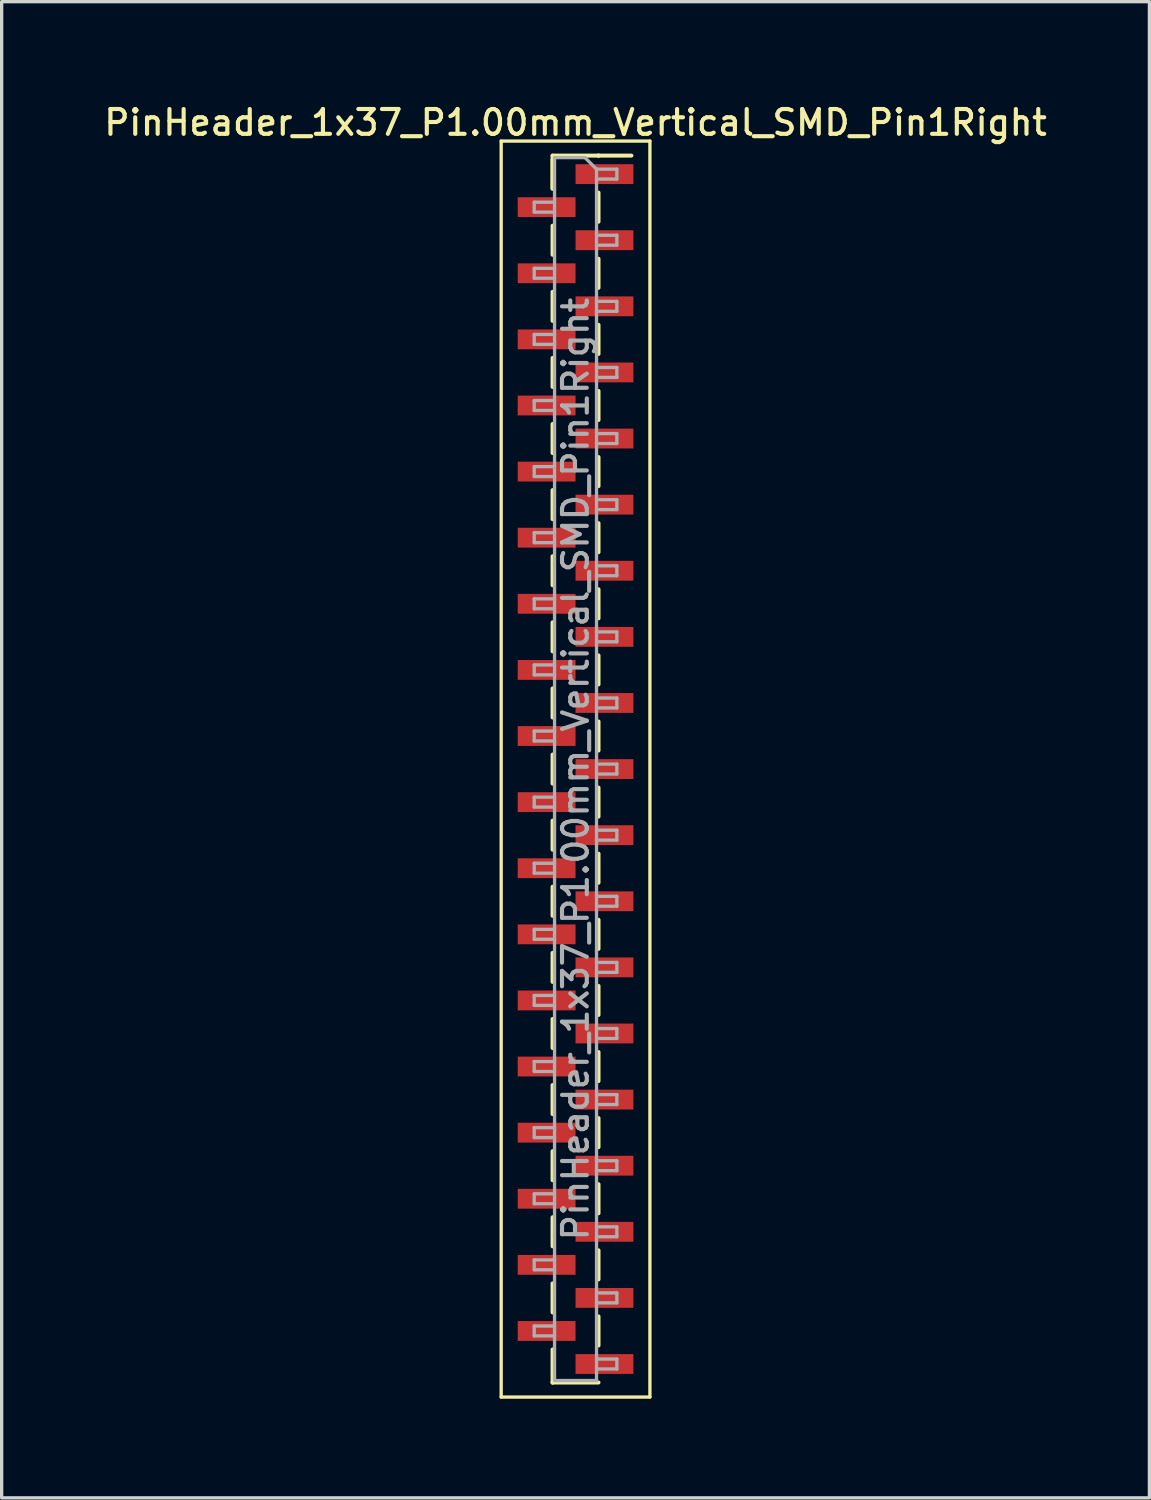
<source format=kicad_pcb>
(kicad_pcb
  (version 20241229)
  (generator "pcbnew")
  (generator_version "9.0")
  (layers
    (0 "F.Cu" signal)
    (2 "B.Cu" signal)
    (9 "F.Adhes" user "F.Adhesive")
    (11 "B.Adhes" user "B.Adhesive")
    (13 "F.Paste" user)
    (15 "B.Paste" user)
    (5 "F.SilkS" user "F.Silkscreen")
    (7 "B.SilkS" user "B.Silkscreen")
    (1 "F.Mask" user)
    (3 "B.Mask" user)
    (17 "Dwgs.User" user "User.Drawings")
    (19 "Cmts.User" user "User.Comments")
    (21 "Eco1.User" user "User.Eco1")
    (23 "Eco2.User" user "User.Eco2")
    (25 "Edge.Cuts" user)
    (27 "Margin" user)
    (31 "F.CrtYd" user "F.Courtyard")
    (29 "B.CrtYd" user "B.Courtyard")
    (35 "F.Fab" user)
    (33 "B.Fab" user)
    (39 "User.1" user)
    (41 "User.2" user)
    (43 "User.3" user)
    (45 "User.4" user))
  (footprint "PinHeader_1x37_P1.00mm_Vertical_SMD_Pin1Right"
    (layer "F.Cu")
    (at 14.363 20.218)
    (property "Reference" "PinHeader_1x37_P1.00mm_Vertical_SMD_Pin1Right" (at 0 -19.56 0) (layer "F.SilkS") (effects (font (size 0.75 0.75) (thickness 0.125))))
    (attr smd)
    (fp_line (start -2.25 -19) (end -2.25 19) (stroke (width 0.1) (type solid)) (layer "F.SilkS"))
    (fp_line (start -2.25 19) (end 2.25 19) (stroke (width 0.1) (type solid)) (layer "F.SilkS"))
    (fp_line (start -0.695 -18.56) (end -0.695 -17.56) (stroke (width 0.12) (type solid)) (layer "F.SilkS"))
    (fp_line (start -0.695 -18.56) (end 0.695 -18.56) (stroke (width 0.12) (type solid)) (layer "F.SilkS"))
    (fp_line (start -0.695 -18.44) (end -0.695 -17.56) (stroke (width 0.12) (type solid)) (layer "F.SilkS"))
    (fp_line (start -0.695 -16.44) (end -0.695 -15.56) (stroke (width 0.12) (type solid)) (layer "F.SilkS"))
    (fp_line (start -0.695 -14.44) (end -0.695 -13.56) (stroke (width 0.12) (type solid)) (layer "F.SilkS"))
    (fp_line (start -0.695 -12.44) (end -0.695 -11.56) (stroke (width 0.12) (type solid)) (layer "F.SilkS"))
    (fp_line (start -0.695 -10.44) (end -0.695 -9.56) (stroke (width 0.12) (type solid)) (layer "F.SilkS"))
    (fp_line (start -0.695 -8.44) (end -0.695 -7.56) (stroke (width 0.12) (type solid)) (layer "F.SilkS"))
    (fp_line (start -0.695 -6.44) (end -0.695 -5.56) (stroke (width 0.12) (type solid)) (layer "F.SilkS"))
    (fp_line (start -0.695 -4.44) (end -0.695 -3.56) (stroke (width 0.12) (type solid)) (layer "F.SilkS"))
    (fp_line (start -0.695 -2.44) (end -0.695 -1.56) (stroke (width 0.12) (type solid)) (layer "F.SilkS"))
    (fp_line (start -0.695 -0.44) (end -0.695 0.44) (stroke (width 0.12) (type solid)) (layer "F.SilkS"))
    (fp_line (start -0.695 1.56) (end -0.695 2.44) (stroke (width 0.12) (type solid)) (layer "F.SilkS"))
    (fp_line (start -0.695 3.56) (end -0.695 4.44) (stroke (width 0.12) (type solid)) (layer "F.SilkS"))
    (fp_line (start -0.695 5.56) (end -0.695 6.44) (stroke (width 0.12) (type solid)) (layer "F.SilkS"))
    (fp_line (start -0.695 7.56) (end -0.695 8.44) (stroke (width 0.12) (type solid)) (layer "F.SilkS"))
    (fp_line (start -0.695 9.56) (end -0.695 10.44) (stroke (width 0.12) (type solid)) (layer "F.SilkS"))
    (fp_line (start -0.695 11.56) (end -0.695 12.44) (stroke (width 0.12) (type solid)) (layer "F.SilkS"))
    (fp_line (start -0.695 13.56) (end -0.695 14.44) (stroke (width 0.12) (type solid)) (layer "F.SilkS"))
    (fp_line (start -0.695 15.56) (end -0.695 16.44) (stroke (width 0.12) (type solid)) (layer "F.SilkS"))
    (fp_line (start -0.695 17.56) (end -0.695 18.56) (stroke (width 0.12) (type solid)) (layer "F.SilkS"))
    (fp_line (start -0.695 18.56) (end -0.695 18.56) (stroke (width 0.12) (type solid)) (layer "F.SilkS"))
    (fp_line (start -0.695 18.56) (end 0.695 18.56) (stroke (width 0.12) (type solid)) (layer "F.SilkS"))
    (fp_line (start 0.695 -18.56) (end 0.695 -18.56) (stroke (width 0.12) (type solid)) (layer "F.SilkS"))
    (fp_line (start 0.695 -18.56) (end 1.69 -18.56) (stroke (width 0.12) (type solid)) (layer "F.SilkS"))
    (fp_line (start 0.695 -17.44) (end 0.695 -16.56) (stroke (width 0.12) (type solid)) (layer "F.SilkS"))
    (fp_line (start 0.695 -15.44) (end 0.695 -14.56) (stroke (width 0.12) (type solid)) (layer "F.SilkS"))
    (fp_line (start 0.695 -13.44) (end 0.695 -12.56) (stroke (width 0.12) (type solid)) (layer "F.SilkS"))
    (fp_line (start 0.695 -11.44) (end 0.695 -10.56) (stroke (width 0.12) (type solid)) (layer "F.SilkS"))
    (fp_line (start 0.695 -9.44) (end 0.695 -8.56) (stroke (width 0.12) (type solid)) (layer "F.SilkS"))
    (fp_line (start 0.695 -7.44) (end 0.695 -6.56) (stroke (width 0.12) (type solid)) (layer "F.SilkS"))
    (fp_line (start 0.695 -5.44) (end 0.695 -4.56) (stroke (width 0.12) (type solid)) (layer "F.SilkS"))
    (fp_line (start 0.695 -3.44) (end 0.695 -2.56) (stroke (width 0.12) (type solid)) (layer "F.SilkS"))
    (fp_line (start 0.695 -1.44) (end 0.695 -0.56) (stroke (width 0.12) (type solid)) (layer "F.SilkS"))
    (fp_line (start 0.695 0.56) (end 0.695 1.44) (stroke (width 0.12) (type solid)) (layer "F.SilkS"))
    (fp_line (start 0.695 2.56) (end 0.695 3.44) (stroke (width 0.12) (type solid)) (layer "F.SilkS"))
    (fp_line (start 0.695 4.56) (end 0.695 5.44) (stroke (width 0.12) (type solid)) (layer "F.SilkS"))
    (fp_line (start 0.695 6.56) (end 0.695 7.44) (stroke (width 0.12) (type solid)) (layer "F.SilkS"))
    (fp_line (start 0.695 8.56) (end 0.695 9.44) (stroke (width 0.12) (type solid)) (layer "F.SilkS"))
    (fp_line (start 0.695 10.56) (end 0.695 11.44) (stroke (width 0.12) (type solid)) (layer "F.SilkS"))
    (fp_line (start 0.695 12.56) (end 0.695 13.44) (stroke (width 0.12) (type solid)) (layer "F.SilkS"))
    (fp_line (start 0.695 14.56) (end 0.695 15.44) (stroke (width 0.12) (type solid)) (layer "F.SilkS"))
    (fp_line (start 0.695 16.56) (end 0.695 17.44) (stroke (width 0.12) (type solid)) (layer "F.SilkS"))
    (fp_line (start 2.25 -19) (end -2.25 -19) (stroke (width 0.1) (type solid)) (layer "F.SilkS"))
    (fp_line (start 2.25 19) (end 2.25 -19) (stroke (width 0.1) (type solid)) (layer "F.SilkS"))
    (fp_line (start -1.25 -17.15) (end -1.25 -16.85) (stroke (width 0.1) (type solid)) (layer "F.Fab"))
    (fp_line (start -1.25 -16.85) (end -0.635 -16.85) (stroke (width 0.1) (type solid)) (layer "F.Fab"))
    (fp_line (start -1.25 -15.15) (end -1.25 -14.85) (stroke (width 0.1) (type solid)) (layer "F.Fab"))
    (fp_line (start -1.25 -14.85) (end -0.635 -14.85) (stroke (width 0.1) (type solid)) (layer "F.Fab"))
    (fp_line (start -1.25 -13.15) (end -1.25 -12.85) (stroke (width 0.1) (type solid)) (layer "F.Fab"))
    (fp_line (start -1.25 -12.85) (end -0.635 -12.85) (stroke (width 0.1) (type solid)) (layer "F.Fab"))
    (fp_line (start -1.25 -11.15) (end -1.25 -10.85) (stroke (width 0.1) (type solid)) (layer "F.Fab"))
    (fp_line (start -1.25 -10.85) (end -0.635 -10.85) (stroke (width 0.1) (type solid)) (layer "F.Fab"))
    (fp_line (start -1.25 -9.15) (end -1.25 -8.85) (stroke (width 0.1) (type solid)) (layer "F.Fab"))
    (fp_line (start -1.25 -8.85) (end -0.635 -8.85) (stroke (width 0.1) (type solid)) (layer "F.Fab"))
    (fp_line (start -1.25 -7.15) (end -1.25 -6.85) (stroke (width 0.1) (type solid)) (layer "F.Fab"))
    (fp_line (start -1.25 -6.85) (end -0.635 -6.85) (stroke (width 0.1) (type solid)) (layer "F.Fab"))
    (fp_line (start -1.25 -5.15) (end -1.25 -4.85) (stroke (width 0.1) (type solid)) (layer "F.Fab"))
    (fp_line (start -1.25 -4.85) (end -0.635 -4.85) (stroke (width 0.1) (type solid)) (layer "F.Fab"))
    (fp_line (start -1.25 -3.15) (end -1.25 -2.85) (stroke (width 0.1) (type solid)) (layer "F.Fab"))
    (fp_line (start -1.25 -2.85) (end -0.635 -2.85) (stroke (width 0.1) (type solid)) (layer "F.Fab"))
    (fp_line (start -1.25 -1.15) (end -1.25 -0.85) (stroke (width 0.1) (type solid)) (layer "F.Fab"))
    (fp_line (start -1.25 -0.85) (end -0.635 -0.85) (stroke (width 0.1) (type solid)) (layer "F.Fab"))
    (fp_line (start -1.25 0.85) (end -1.25 1.15) (stroke (width 0.1) (type solid)) (layer "F.Fab"))
    (fp_line (start -1.25 1.15) (end -0.635 1.15) (stroke (width 0.1) (type solid)) (layer "F.Fab"))
    (fp_line (start -1.25 2.85) (end -1.25 3.15) (stroke (width 0.1) (type solid)) (layer "F.Fab"))
    (fp_line (start -1.25 3.15) (end -0.635 3.15) (stroke (width 0.1) (type solid)) (layer "F.Fab"))
    (fp_line (start -1.25 4.85) (end -1.25 5.15) (stroke (width 0.1) (type solid)) (layer "F.Fab"))
    (fp_line (start -1.25 5.15) (end -0.635 5.15) (stroke (width 0.1) (type solid)) (layer "F.Fab"))
    (fp_line (start -1.25 6.85) (end -1.25 7.15) (stroke (width 0.1) (type solid)) (layer "F.Fab"))
    (fp_line (start -1.25 7.15) (end -0.635 7.15) (stroke (width 0.1) (type solid)) (layer "F.Fab"))
    (fp_line (start -1.25 8.85) (end -1.25 9.15) (stroke (width 0.1) (type solid)) (layer "F.Fab"))
    (fp_line (start -1.25 9.15) (end -0.635 9.15) (stroke (width 0.1) (type solid)) (layer "F.Fab"))
    (fp_line (start -1.25 10.85) (end -1.25 11.15) (stroke (width 0.1) (type solid)) (layer "F.Fab"))
    (fp_line (start -1.25 11.15) (end -0.635 11.15) (stroke (width 0.1) (type solid)) (layer "F.Fab"))
    (fp_line (start -1.25 12.85) (end -1.25 13.15) (stroke (width 0.1) (type solid)) (layer "F.Fab"))
    (fp_line (start -1.25 13.15) (end -0.635 13.15) (stroke (width 0.1) (type solid)) (layer "F.Fab"))
    (fp_line (start -1.25 14.85) (end -1.25 15.15) (stroke (width 0.1) (type solid)) (layer "F.Fab"))
    (fp_line (start -1.25 15.15) (end -0.635 15.15) (stroke (width 0.1) (type solid)) (layer "F.Fab"))
    (fp_line (start -1.25 16.85) (end -1.25 17.15) (stroke (width 0.1) (type solid)) (layer "F.Fab"))
    (fp_line (start -1.25 17.15) (end -0.635 17.15) (stroke (width 0.1) (type solid)) (layer "F.Fab"))
    (fp_line (start -0.635 -18.5) (end -0.635 18.5) (stroke (width 0.1) (type solid)) (layer "F.Fab"))
    (fp_line (start -0.635 -18.5) (end 0.285 -18.5) (stroke (width 0.1) (type solid)) (layer "F.Fab"))
    (fp_line (start -0.635 -17.15) (end -1.25 -17.15) (stroke (width 0.1) (type solid)) (layer "F.Fab"))
    (fp_line (start -0.635 -15.15) (end -1.25 -15.15) (stroke (width 0.1) (type solid)) (layer "F.Fab"))
    (fp_line (start -0.635 -13.15) (end -1.25 -13.15) (stroke (width 0.1) (type solid)) (layer "F.Fab"))
    (fp_line (start -0.635 -11.15) (end -1.25 -11.15) (stroke (width 0.1) (type solid)) (layer "F.Fab"))
    (fp_line (start -0.635 -9.15) (end -1.25 -9.15) (stroke (width 0.1) (type solid)) (layer "F.Fab"))
    (fp_line (start -0.635 -7.15) (end -1.25 -7.15) (stroke (width 0.1) (type solid)) (layer "F.Fab"))
    (fp_line (start -0.635 -5.15) (end -1.25 -5.15) (stroke (width 0.1) (type solid)) (layer "F.Fab"))
    (fp_line (start -0.635 -3.15) (end -1.25 -3.15) (stroke (width 0.1) (type solid)) (layer "F.Fab"))
    (fp_line (start -0.635 -1.15) (end -1.25 -1.15) (stroke (width 0.1) (type solid)) (layer "F.Fab"))
    (fp_line (start -0.635 0.85) (end -1.25 0.85) (stroke (width 0.1) (type solid)) (layer "F.Fab"))
    (fp_line (start -0.635 2.85) (end -1.25 2.85) (stroke (width 0.1) (type solid)) (layer "F.Fab"))
    (fp_line (start -0.635 4.85) (end -1.25 4.85) (stroke (width 0.1) (type solid)) (layer "F.Fab"))
    (fp_line (start -0.635 6.85) (end -1.25 6.85) (stroke (width 0.1) (type solid)) (layer "F.Fab"))
    (fp_line (start -0.635 8.85) (end -1.25 8.85) (stroke (width 0.1) (type solid)) (layer "F.Fab"))
    (fp_line (start -0.635 10.85) (end -1.25 10.85) (stroke (width 0.1) (type solid)) (layer "F.Fab"))
    (fp_line (start -0.635 12.85) (end -1.25 12.85) (stroke (width 0.1) (type solid)) (layer "F.Fab"))
    (fp_line (start -0.635 14.85) (end -1.25 14.85) (stroke (width 0.1) (type solid)) (layer "F.Fab"))
    (fp_line (start -0.635 16.85) (end -1.25 16.85) (stroke (width 0.1) (type solid)) (layer "F.Fab"))
    (fp_line (start 0.635 -18.15) (end 0.285 -18.5) (stroke (width 0.1) (type solid)) (layer "F.Fab"))
    (fp_line (start 0.635 -18.15) (end 1.25 -18.15) (stroke (width 0.1) (type solid)) (layer "F.Fab"))
    (fp_line (start 0.635 -16.15) (end 1.25 -16.15) (stroke (width 0.1) (type solid)) (layer "F.Fab"))
    (fp_line (start 0.635 -14.15) (end 1.25 -14.15) (stroke (width 0.1) (type solid)) (layer "F.Fab"))
    (fp_line (start 0.635 -12.15) (end 1.25 -12.15) (stroke (width 0.1) (type solid)) (layer "F.Fab"))
    (fp_line (start 0.635 -10.15) (end 1.25 -10.15) (stroke (width 0.1) (type solid)) (layer "F.Fab"))
    (fp_line (start 0.635 -8.15) (end 1.25 -8.15) (stroke (width 0.1) (type solid)) (layer "F.Fab"))
    (fp_line (start 0.635 -6.15) (end 1.25 -6.15) (stroke (width 0.1) (type solid)) (layer "F.Fab"))
    (fp_line (start 0.635 -4.15) (end 1.25 -4.15) (stroke (width 0.1) (type solid)) (layer "F.Fab"))
    (fp_line (start 0.635 -2.15) (end 1.25 -2.15) (stroke (width 0.1) (type solid)) (layer "F.Fab"))
    (fp_line (start 0.635 -0.15) (end 1.25 -0.15) (stroke (width 0.1) (type solid)) (layer "F.Fab"))
    (fp_line (start 0.635 1.85) (end 1.25 1.85) (stroke (width 0.1) (type solid)) (layer "F.Fab"))
    (fp_line (start 0.635 3.85) (end 1.25 3.85) (stroke (width 0.1) (type solid)) (layer "F.Fab"))
    (fp_line (start 0.635 5.85) (end 1.25 5.85) (stroke (width 0.1) (type solid)) (layer "F.Fab"))
    (fp_line (start 0.635 7.85) (end 1.25 7.85) (stroke (width 0.1) (type solid)) (layer "F.Fab"))
    (fp_line (start 0.635 9.85) (end 1.25 9.85) (stroke (width 0.1) (type solid)) (layer "F.Fab"))
    (fp_line (start 0.635 11.85) (end 1.25 11.85) (stroke (width 0.1) (type solid)) (layer "F.Fab"))
    (fp_line (start 0.635 13.85) (end 1.25 13.85) (stroke (width 0.1) (type solid)) (layer "F.Fab"))
    (fp_line (start 0.635 15.85) (end 1.25 15.85) (stroke (width 0.1) (type solid)) (layer "F.Fab"))
    (fp_line (start 0.635 17.85) (end 1.25 17.85) (stroke (width 0.1) (type solid)) (layer "F.Fab"))
    (fp_line (start 0.635 18.5) (end -0.635 18.5) (stroke (width 0.1) (type solid)) (layer "F.Fab"))
    (fp_line (start 0.635 18.5) (end 0.635 -18.15) (stroke (width 0.1) (type solid)) (layer "F.Fab"))
    (fp_line (start 1.25 -18.15) (end 1.25 -17.85) (stroke (width 0.1) (type solid)) (layer "F.Fab"))
    (fp_line (start 1.25 -17.85) (end 0.635 -17.85) (stroke (width 0.1) (type solid)) (layer "F.Fab"))
    (fp_line (start 1.25 -16.15) (end 1.25 -15.85) (stroke (width 0.1) (type solid)) (layer "F.Fab"))
    (fp_line (start 1.25 -15.85) (end 0.635 -15.85) (stroke (width 0.1) (type solid)) (layer "F.Fab"))
    (fp_line (start 1.25 -14.15) (end 1.25 -13.85) (stroke (width 0.1) (type solid)) (layer "F.Fab"))
    (fp_line (start 1.25 -13.85) (end 0.635 -13.85) (stroke (width 0.1) (type solid)) (layer "F.Fab"))
    (fp_line (start 1.25 -12.15) (end 1.25 -11.85) (stroke (width 0.1) (type solid)) (layer "F.Fab"))
    (fp_line (start 1.25 -11.85) (end 0.635 -11.85) (stroke (width 0.1) (type solid)) (layer "F.Fab"))
    (fp_line (start 1.25 -10.15) (end 1.25 -9.85) (stroke (width 0.1) (type solid)) (layer "F.Fab"))
    (fp_line (start 1.25 -9.85) (end 0.635 -9.85) (stroke (width 0.1) (type solid)) (layer "F.Fab"))
    (fp_line (start 1.25 -8.15) (end 1.25 -7.85) (stroke (width 0.1) (type solid)) (layer "F.Fab"))
    (fp_line (start 1.25 -7.85) (end 0.635 -7.85) (stroke (width 0.1) (type solid)) (layer "F.Fab"))
    (fp_line (start 1.25 -6.15) (end 1.25 -5.85) (stroke (width 0.1) (type solid)) (layer "F.Fab"))
    (fp_line (start 1.25 -5.85) (end 0.635 -5.85) (stroke (width 0.1) (type solid)) (layer "F.Fab"))
    (fp_line (start 1.25 -4.15) (end 1.25 -3.85) (stroke (width 0.1) (type solid)) (layer "F.Fab"))
    (fp_line (start 1.25 -3.85) (end 0.635 -3.85) (stroke (width 0.1) (type solid)) (layer "F.Fab"))
    (fp_line (start 1.25 -2.15) (end 1.25 -1.85) (stroke (width 0.1) (type solid)) (layer "F.Fab"))
    (fp_line (start 1.25 -1.85) (end 0.635 -1.85) (stroke (width 0.1) (type solid)) (layer "F.Fab"))
    (fp_line (start 1.25 -0.15) (end 1.25 0.15) (stroke (width 0.1) (type solid)) (layer "F.Fab"))
    (fp_line (start 1.25 0.15) (end 0.635 0.15) (stroke (width 0.1) (type solid)) (layer "F.Fab"))
    (fp_line (start 1.25 1.85) (end 1.25 2.15) (stroke (width 0.1) (type solid)) (layer "F.Fab"))
    (fp_line (start 1.25 2.15) (end 0.635 2.15) (stroke (width 0.1) (type solid)) (layer "F.Fab"))
    (fp_line (start 1.25 3.85) (end 1.25 4.15) (stroke (width 0.1) (type solid)) (layer "F.Fab"))
    (fp_line (start 1.25 4.15) (end 0.635 4.15) (stroke (width 0.1) (type solid)) (layer "F.Fab"))
    (fp_line (start 1.25 5.85) (end 1.25 6.15) (stroke (width 0.1) (type solid)) (layer "F.Fab"))
    (fp_line (start 1.25 6.15) (end 0.635 6.15) (stroke (width 0.1) (type solid)) (layer "F.Fab"))
    (fp_line (start 1.25 7.85) (end 1.25 8.15) (stroke (width 0.1) (type solid)) (layer "F.Fab"))
    (fp_line (start 1.25 8.15) (end 0.635 8.15) (stroke (width 0.1) (type solid)) (layer "F.Fab"))
    (fp_line (start 1.25 9.85) (end 1.25 10.15) (stroke (width 0.1) (type solid)) (layer "F.Fab"))
    (fp_line (start 1.25 10.15) (end 0.635 10.15) (stroke (width 0.1) (type solid)) (layer "F.Fab"))
    (fp_line (start 1.25 11.85) (end 1.25 12.15) (stroke (width 0.1) (type solid)) (layer "F.Fab"))
    (fp_line (start 1.25 12.15) (end 0.635 12.15) (stroke (width 0.1) (type solid)) (layer "F.Fab"))
    (fp_line (start 1.25 13.85) (end 1.25 14.15) (stroke (width 0.1) (type solid)) (layer "F.Fab"))
    (fp_line (start 1.25 14.15) (end 0.635 14.15) (stroke (width 0.1) (type solid)) (layer "F.Fab"))
    (fp_line (start 1.25 15.85) (end 1.25 16.15) (stroke (width 0.1) (type solid)) (layer "F.Fab"))
    (fp_line (start 1.25 16.15) (end 0.635 16.15) (stroke (width 0.1) (type solid)) (layer "F.Fab"))
    (fp_line (start 1.25 17.85) (end 1.25 18.15) (stroke (width 0.1) (type solid)) (layer "F.Fab"))
    (fp_line (start 1.25 18.15) (end 0.635 18.15) (stroke (width 0.1) (type solid)) (layer "F.Fab"))
    (fp_text user "${REFERENCE}" (at 0 0 90) (layer "F.Fab") (effects (font (size 0.75 0.75) (thickness 0.125))))
    (pad "1" smd rect (at 0.875 -18) (size 1.75 0.6) (layers "F.Cu" "F.Mask" "F.Paste"))
    (pad "2" smd rect (at -0.875 -17) (size 1.75 0.6) (layers "F.Cu" "F.Mask" "F.Paste"))
    (pad "3" smd rect (at 0.875 -16) (size 1.75 0.6) (layers "F.Cu" "F.Mask" "F.Paste"))
    (pad "4" smd rect (at -0.875 -15) (size 1.75 0.6) (layers "F.Cu" "F.Mask" "F.Paste"))
    (pad "5" smd rect (at 0.875 -14) (size 1.75 0.6) (layers "F.Cu" "F.Mask" "F.Paste"))
    (pad "6" smd rect (at -0.875 -13) (size 1.75 0.6) (layers "F.Cu" "F.Mask" "F.Paste"))
    (pad "7" smd rect (at 0.875 -12) (size 1.75 0.6) (layers "F.Cu" "F.Mask" "F.Paste"))
    (pad "8" smd rect (at -0.875 -11) (size 1.75 0.6) (layers "F.Cu" "F.Mask" "F.Paste"))
    (pad "9" smd rect (at 0.875 -10) (size 1.75 0.6) (layers "F.Cu" "F.Mask" "F.Paste"))
    (pad "10" smd rect (at -0.875 -9) (size 1.75 0.6) (layers "F.Cu" "F.Mask" "F.Paste"))
    (pad "11" smd rect (at 0.875 -8) (size 1.75 0.6) (layers "F.Cu" "F.Mask" "F.Paste"))
    (pad "12" smd rect (at -0.875 -7) (size 1.75 0.6) (layers "F.Cu" "F.Mask" "F.Paste"))
    (pad "13" smd rect (at 0.875 -6) (size 1.75 0.6) (layers "F.Cu" "F.Mask" "F.Paste"))
    (pad "14" smd rect (at -0.875 -5) (size 1.75 0.6) (layers "F.Cu" "F.Mask" "F.Paste"))
    (pad "15" smd rect (at 0.875 -4) (size 1.75 0.6) (layers "F.Cu" "F.Mask" "F.Paste"))
    (pad "16" smd rect (at -0.875 -3) (size 1.75 0.6) (layers "F.Cu" "F.Mask" "F.Paste"))
    (pad "17" smd rect (at 0.875 -2) (size 1.75 0.6) (layers "F.Cu" "F.Mask" "F.Paste"))
    (pad "18" smd rect (at -0.875 -1) (size 1.75 0.6) (layers "F.Cu" "F.Mask" "F.Paste"))
    (pad "19" smd rect (at 0.875 0) (size 1.75 0.6) (layers "F.Cu" "F.Mask" "F.Paste"))
    (pad "20" smd rect (at -0.875 1) (size 1.75 0.6) (layers "F.Cu" "F.Mask" "F.Paste"))
    (pad "21" smd rect (at 0.875 2) (size 1.75 0.6) (layers "F.Cu" "F.Mask" "F.Paste"))
    (pad "22" smd rect (at -0.875 3) (size 1.75 0.6) (layers "F.Cu" "F.Mask" "F.Paste"))
    (pad "23" smd rect (at 0.875 4) (size 1.75 0.6) (layers "F.Cu" "F.Mask" "F.Paste"))
    (pad "24" smd rect (at -0.875 5) (size 1.75 0.6) (layers "F.Cu" "F.Mask" "F.Paste"))
    (pad "25" smd rect (at 0.875 6) (size 1.75 0.6) (layers "F.Cu" "F.Mask" "F.Paste"))
    (pad "26" smd rect (at -0.875 7) (size 1.75 0.6) (layers "F.Cu" "F.Mask" "F.Paste"))
    (pad "27" smd rect (at 0.875 8) (size 1.75 0.6) (layers "F.Cu" "F.Mask" "F.Paste"))
    (pad "28" smd rect (at -0.875 9) (size 1.75 0.6) (layers "F.Cu" "F.Mask" "F.Paste"))
    (pad "29" smd rect (at 0.875 10) (size 1.75 0.6) (layers "F.Cu" "F.Mask" "F.Paste"))
    (pad "30" smd rect (at -0.875 11) (size 1.75 0.6) (layers "F.Cu" "F.Mask" "F.Paste"))
    (pad "31" smd rect (at 0.875 12) (size 1.75 0.6) (layers "F.Cu" "F.Mask" "F.Paste"))
    (pad "32" smd rect (at -0.875 13) (size 1.75 0.6) (layers "F.Cu" "F.Mask" "F.Paste"))
    (pad "33" smd rect (at 0.875 14) (size 1.75 0.6) (layers "F.Cu" "F.Mask" "F.Paste"))
    (pad "34" smd rect (at -0.875 15) (size 1.75 0.6) (layers "F.Cu" "F.Mask" "F.Paste"))
    (pad "35" smd rect (at 0.875 16) (size 1.75 0.6) (layers "F.Cu" "F.Mask" "F.Paste"))
    (pad "36" smd rect (at -0.875 17) (size 1.75 0.6) (layers "F.Cu" "F.Mask" "F.Paste"))
    (pad "37" smd rect (at 0.875 18) (size 1.75 0.6) (layers "F.Cu" "F.Mask" "F.Paste")))
  (gr_rect
    (start -3 -3)
    (end 31.725 42.268)
    (stroke (width 0.1) (type default))
    (fill no)
    (layer "Edge.Cuts")))
</source>
